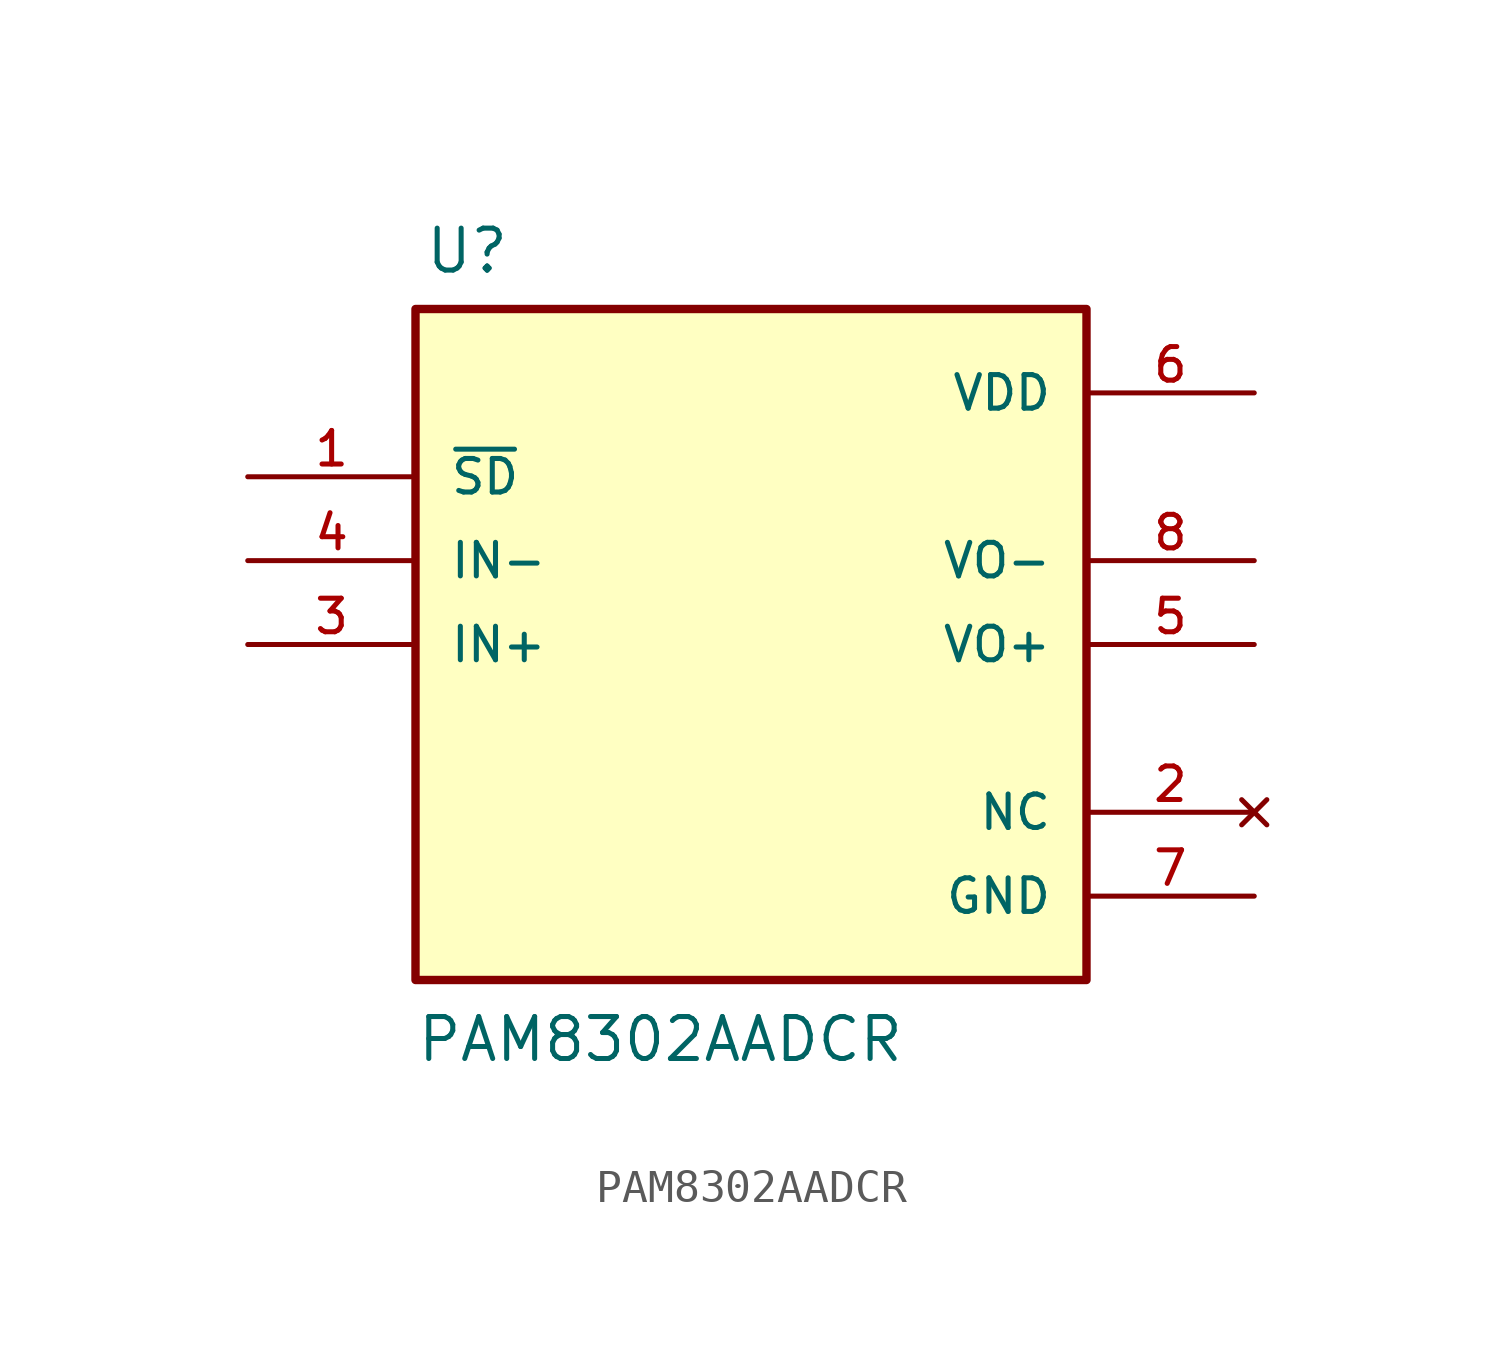
<source format=kicad_sym>
(kicad_symbol_lib
  (version 20220914)
  (generator kicad_symbol_editor)
  (symbol "PAM8302AADCR"
    (pin_names
      (offset 1.016))
    (property "Reference" "U"
      (at -9.906 11.176 0)
      (effects (font (size 1.27 1.27)) (justify left bottom)))
    (property "Value" "PAM8302AADCR"
      (at -10.16 -12.7 0)
      (effects (font (size 1.27 1.27)) (justify left bottom)))
    (symbol "PAM8302AADCR_0_0"
      (rectangle (start -10.16 -10.16) (end 10.16 10.16) (stroke (width 0.254) (type default)) (fill (type background)))
      (pin input line (at -15.24 5.08 0) (length 5.08) (name "~{SD}" (effects (font (size 1.016 1.016)))) (number "1" (effects (font (size 1.016 1.016)))))
      (pin no_connect line (at 15.24 -5.08 180) (length 5.08) (name "NC" (effects (font (size 1.016 1.016)))) (number "2" (effects (font (size 1.016 1.016)))))
      (pin input line (at -15.24 0 0) (length 5.08) (name "IN+" (effects (font (size 1.016 1.016)))) (number "3" (effects (font (size 1.016 1.016)))))
      (pin input line (at -15.24 2.54 0) (length 5.08) (name "IN-" (effects (font (size 1.016 1.016)))) (number "4" (effects (font (size 1.016 1.016)))))
      (pin output line (at 15.24 0 180) (length 5.08) (name "VO+" (effects (font (size 1.016 1.016)))) (number "5" (effects (font (size 1.016 1.016)))))
      (pin power_in line (at 15.24 7.62 180) (length 5.08) (name "VDD" (effects (font (size 1.016 1.016)))) (number "6" (effects (font (size 1.016 1.016)))))
      (pin power_in line (at 15.24 -7.62 180) (length 5.08) (name "GND" (effects (font (size 1.016 1.016)))) (number "7" (effects (font (size 1.016 1.016)))))
      (pin output line (at 15.24 2.54 180) (length 5.08) (name "VO-" (effects (font (size 1.016 1.016)))) (number "8" (effects (font (size 1.016 1.016))))))))
</source>
